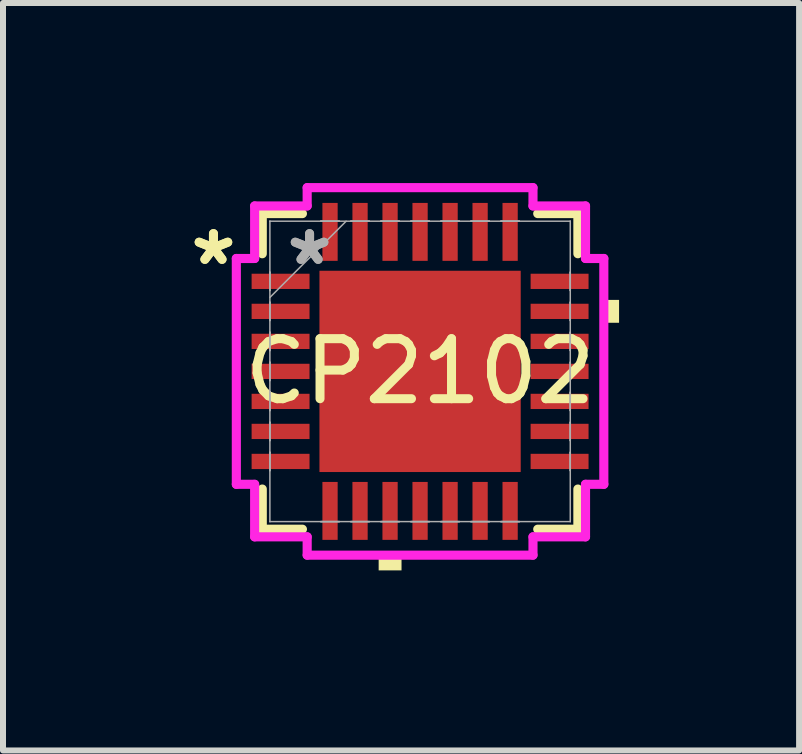
<source format=kicad_pcb>
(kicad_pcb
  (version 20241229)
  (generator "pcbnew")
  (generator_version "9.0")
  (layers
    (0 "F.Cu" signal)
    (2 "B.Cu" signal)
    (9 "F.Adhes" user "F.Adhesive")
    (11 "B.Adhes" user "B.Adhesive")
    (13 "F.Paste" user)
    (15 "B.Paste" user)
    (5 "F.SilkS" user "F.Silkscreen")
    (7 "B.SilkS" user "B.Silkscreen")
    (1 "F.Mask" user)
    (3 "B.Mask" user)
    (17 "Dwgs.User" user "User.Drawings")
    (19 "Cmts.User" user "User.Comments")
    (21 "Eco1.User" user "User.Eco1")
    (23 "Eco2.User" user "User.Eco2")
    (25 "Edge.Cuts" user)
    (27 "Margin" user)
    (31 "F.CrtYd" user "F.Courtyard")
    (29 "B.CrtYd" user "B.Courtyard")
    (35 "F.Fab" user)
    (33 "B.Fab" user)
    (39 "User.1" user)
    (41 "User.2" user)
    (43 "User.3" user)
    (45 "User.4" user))
  (footprint "CP2102"
    (layer "F.Cu")
    (at 3.948 3.137)
    (property "Reference" "CP2102" (at 0 0 0) (unlocked yes) (layer "F.SilkS") (effects (font (size 1 1) (thickness 0.15))))
    (attr smd)
    (fp_line (start -2.629 -2.629) (end -2.629 -1.96) (stroke (width 0.152) (type solid)) (layer "F.SilkS"))
    (fp_line (start -2.629 1.96) (end -2.629 2.629) (stroke (width 0.152) (type solid)) (layer "F.SilkS"))
    (fp_line (start -2.629 2.629) (end -1.96 2.629) (stroke (width 0.152) (type solid)) (layer "F.SilkS"))
    (fp_line (start -1.96 -2.629) (end -2.629 -2.629) (stroke (width 0.152) (type solid)) (layer "F.SilkS"))
    (fp_line (start 1.96 2.629) (end 2.629 2.629) (stroke (width 0.152) (type solid)) (layer "F.SilkS"))
    (fp_line (start 2.629 -2.629) (end 1.96 -2.629) (stroke (width 0.152) (type solid)) (layer "F.SilkS"))
    (fp_line (start 2.629 -1.96) (end 2.629 -2.629) (stroke (width 0.152) (type solid)) (layer "F.SilkS"))
    (fp_line (start 2.629 2.629) (end 2.629 1.96) (stroke (width 0.152) (type solid)) (layer "F.SilkS"))
    (fp_poly (pts (xy -0.69 3.061) (xy -0.69 3.315) (xy -0.309 3.315) (xy -0.309 3.061)) (stroke (width 0) (type solid)) (fill yes) (layer "F.SilkS"))
    (fp_poly (pts (xy 3.315 -1.191) (xy 3.315 -0.81) (xy 3.061 -0.81) (xy 3.061 -1.191)) (stroke (width 0) (type solid)) (fill yes) (layer "F.SilkS"))
    (fp_poly (pts (xy -1.576 -1.576) (xy -1.576 -0.1) (xy -0.1 -0.1) (xy -0.1 -1.576)) (stroke (width 0) (type solid)) (fill yes) (layer "F.Paste"))
    (fp_poly (pts (xy -1.576 0.1) (xy -1.576 1.576) (xy -0.1 1.576) (xy -0.1 0.1)) (stroke (width 0) (type solid)) (fill yes) (layer "F.Paste"))
    (fp_poly (pts (xy 0.1 -1.576) (xy 0.1 -0.1) (xy 1.576 -0.1) (xy 1.576 -1.576)) (stroke (width 0) (type solid)) (fill yes) (layer "F.Paste"))
    (fp_poly (pts (xy 0.1 0.1) (xy 0.1 1.576) (xy 1.576 1.576) (xy 1.576 0.1)) (stroke (width 0) (type solid)) (fill yes) (layer "F.Paste"))
    (fp_line (start -3.061 -1.881) (end -2.756 -1.881) (stroke (width 0.152) (type solid)) (layer "F.CrtYd"))
    (fp_line (start -3.061 1.881) (end -3.061 -1.881) (stroke (width 0.152) (type solid)) (layer "F.CrtYd"))
    (fp_line (start -2.756 -2.756) (end -1.881 -2.756) (stroke (width 0.152) (type solid)) (layer "F.CrtYd"))
    (fp_line (start -2.756 -1.881) (end -2.756 -2.756) (stroke (width 0.152) (type solid)) (layer "F.CrtYd"))
    (fp_line (start -2.756 1.881) (end -3.061 1.881) (stroke (width 0.152) (type solid)) (layer "F.CrtYd"))
    (fp_line (start -2.756 2.756) (end -2.756 1.881) (stroke (width 0.152) (type solid)) (layer "F.CrtYd"))
    (fp_line (start -1.881 -3.061) (end 1.881 -3.061) (stroke (width 0.152) (type solid)) (layer "F.CrtYd"))
    (fp_line (start -1.881 -2.756) (end -1.881 -3.061) (stroke (width 0.152) (type solid)) (layer "F.CrtYd"))
    (fp_line (start -1.881 2.756) (end -2.756 2.756) (stroke (width 0.152) (type solid)) (layer "F.CrtYd"))
    (fp_line (start -1.881 3.061) (end -1.881 2.756) (stroke (width 0.152) (type solid)) (layer "F.CrtYd"))
    (fp_line (start 1.881 -3.061) (end 1.881 -2.756) (stroke (width 0.152) (type solid)) (layer "F.CrtYd"))
    (fp_line (start 1.881 -2.756) (end 2.756 -2.756) (stroke (width 0.152) (type solid)) (layer "F.CrtYd"))
    (fp_line (start 1.881 2.756) (end 1.881 3.061) (stroke (width 0.152) (type solid)) (layer "F.CrtYd"))
    (fp_line (start 1.881 3.061) (end -1.881 3.061) (stroke (width 0.152) (type solid)) (layer "F.CrtYd"))
    (fp_line (start 2.756 -2.756) (end 2.756 -1.881) (stroke (width 0.152) (type solid)) (layer "F.CrtYd"))
    (fp_line (start 2.756 -1.881) (end 3.061 -1.881) (stroke (width 0.152) (type solid)) (layer "F.CrtYd"))
    (fp_line (start 2.756 1.881) (end 2.756 2.756) (stroke (width 0.152) (type solid)) (layer "F.CrtYd"))
    (fp_line (start 2.756 2.756) (end 1.881 2.756) (stroke (width 0.152) (type solid)) (layer "F.CrtYd"))
    (fp_line (start 3.061 -1.881) (end 3.061 1.881) (stroke (width 0.152) (type solid)) (layer "F.CrtYd"))
    (fp_line (start 3.061 1.881) (end 2.756 1.881) (stroke (width 0.152) (type solid)) (layer "F.CrtYd"))
    (fp_line (start -2.502 -2.502) (end -2.502 -2.502) (stroke (width 0.025) (type solid)) (layer "F.Fab"))
    (fp_line (start -2.502 -2.502) (end -2.502 2.502) (stroke (width 0.025) (type solid)) (layer "F.Fab"))
    (fp_line (start -2.502 -1.652) (end -2.502 -1.652) (stroke (width 0.025) (type solid)) (layer "F.Fab"))
    (fp_line (start -2.502 -1.652) (end -2.502 -1.348) (stroke (width 0.025) (type solid)) (layer "F.Fab"))
    (fp_line (start -2.502 -1.348) (end -2.502 -1.652) (stroke (width 0.025) (type solid)) (layer "F.Fab"))
    (fp_line (start -2.502 -1.348) (end -2.502 -1.348) (stroke (width 0.025) (type solid)) (layer "F.Fab"))
    (fp_line (start -2.502 -1.232) (end -1.232 -2.502) (stroke (width 0.025) (type solid)) (layer "F.Fab"))
    (fp_line (start -2.502 -1.152) (end -2.502 -1.152) (stroke (width 0.025) (type solid)) (layer "F.Fab"))
    (fp_line (start -2.502 -1.152) (end -2.502 -0.848) (stroke (width 0.025) (type solid)) (layer "F.Fab"))
    (fp_line (start -2.502 -0.848) (end -2.502 -1.152) (stroke (width 0.025) (type solid)) (layer "F.Fab"))
    (fp_line (start -2.502 -0.848) (end -2.502 -0.848) (stroke (width 0.025) (type solid)) (layer "F.Fab"))
    (fp_line (start -2.502 -0.652) (end -2.502 -0.652) (stroke (width 0.025) (type solid)) (layer "F.Fab"))
    (fp_line (start -2.502 -0.652) (end -2.502 -0.348) (stroke (width 0.025) (type solid)) (layer "F.Fab"))
    (fp_line (start -2.502 -0.348) (end -2.502 -0.652) (stroke (width 0.025) (type solid)) (layer "F.Fab"))
    (fp_line (start -2.502 -0.348) (end -2.502 -0.348) (stroke (width 0.025) (type solid)) (layer "F.Fab"))
    (fp_line (start -2.502 -0.152) (end -2.502 -0.152) (stroke (width 0.025) (type solid)) (layer "F.Fab"))
    (fp_line (start -2.502 -0.152) (end -2.502 0.152) (stroke (width 0.025) (type solid)) (layer "F.Fab"))
    (fp_line (start -2.502 0.152) (end -2.502 -0.152) (stroke (width 0.025) (type solid)) (layer "F.Fab"))
    (fp_line (start -2.502 0.152) (end -2.502 0.152) (stroke (width 0.025) (type solid)) (layer "F.Fab"))
    (fp_line (start -2.502 0.348) (end -2.502 0.348) (stroke (width 0.025) (type solid)) (layer "F.Fab"))
    (fp_line (start -2.502 0.348) (end -2.502 0.652) (stroke (width 0.025) (type solid)) (layer "F.Fab"))
    (fp_line (start -2.502 0.652) (end -2.502 0.348) (stroke (width 0.025) (type solid)) (layer "F.Fab"))
    (fp_line (start -2.502 0.652) (end -2.502 0.652) (stroke (width 0.025) (type solid)) (layer "F.Fab"))
    (fp_line (start -2.502 0.848) (end -2.502 0.848) (stroke (width 0.025) (type solid)) (layer "F.Fab"))
    (fp_line (start -2.502 0.848) (end -2.502 1.152) (stroke (width 0.025) (type solid)) (layer "F.Fab"))
    (fp_line (start -2.502 1.152) (end -2.502 0.848) (stroke (width 0.025) (type solid)) (layer "F.Fab"))
    (fp_line (start -2.502 1.152) (end -2.502 1.152) (stroke (width 0.025) (type solid)) (layer "F.Fab"))
    (fp_line (start -2.502 1.348) (end -2.502 1.348) (stroke (width 0.025) (type solid)) (layer "F.Fab"))
    (fp_line (start -2.502 1.348) (end -2.502 1.652) (stroke (width 0.025) (type solid)) (layer "F.Fab"))
    (fp_line (start -2.502 1.652) (end -2.502 1.348) (stroke (width 0.025) (type solid)) (layer "F.Fab"))
    (fp_line (start -2.502 1.652) (end -2.502 1.652) (stroke (width 0.025) (type solid)) (layer "F.Fab"))
    (fp_line (start -2.502 2.502) (end -2.502 2.502) (stroke (width 0.025) (type solid)) (layer "F.Fab"))
    (fp_line (start -2.502 2.502) (end 2.502 2.502) (stroke (width 0.025) (type solid)) (layer "F.Fab"))
    (fp_line (start -1.652 -2.502) (end -1.652 -2.502) (stroke (width 0.025) (type solid)) (layer "F.Fab"))
    (fp_line (start -1.652 -2.502) (end -1.348 -2.502) (stroke (width 0.025) (type solid)) (layer "F.Fab"))
    (fp_line (start -1.652 2.502) (end -1.652 2.502) (stroke (width 0.025) (type solid)) (layer "F.Fab"))
    (fp_line (start -1.652 2.502) (end -1.348 2.502) (stroke (width 0.025) (type solid)) (layer "F.Fab"))
    (fp_line (start -1.348 -2.502) (end -1.652 -2.502) (stroke (width 0.025) (type solid)) (layer "F.Fab"))
    (fp_line (start -1.348 -2.502) (end -1.348 -2.502) (stroke (width 0.025) (type solid)) (layer "F.Fab"))
    (fp_line (start -1.348 2.502) (end -1.652 2.502) (stroke (width 0.025) (type solid)) (layer "F.Fab"))
    (fp_line (start -1.348 2.502) (end -1.348 2.502) (stroke (width 0.025) (type solid)) (layer "F.Fab"))
    (fp_line (start -1.152 -2.502) (end -1.152 -2.502) (stroke (width 0.025) (type solid)) (layer "F.Fab"))
    (fp_line (start -1.152 -2.502) (end -0.848 -2.502) (stroke (width 0.025) (type solid)) (layer "F.Fab"))
    (fp_line (start -1.152 2.502) (end -1.152 2.502) (stroke (width 0.025) (type solid)) (layer "F.Fab"))
    (fp_line (start -1.152 2.502) (end -0.848 2.502) (stroke (width 0.025) (type solid)) (layer "F.Fab"))
    (fp_line (start -0.848 -2.502) (end -1.152 -2.502) (stroke (width 0.025) (type solid)) (layer "F.Fab"))
    (fp_line (start -0.848 -2.502) (end -0.848 -2.502) (stroke (width 0.025) (type solid)) (layer "F.Fab"))
    (fp_line (start -0.848 2.502) (end -1.152 2.502) (stroke (width 0.025) (type solid)) (layer "F.Fab"))
    (fp_line (start -0.848 2.502) (end -0.848 2.502) (stroke (width 0.025) (type solid)) (layer "F.Fab"))
    (fp_line (start -0.652 -2.502) (end -0.652 -2.502) (stroke (width 0.025) (type solid)) (layer "F.Fab"))
    (fp_line (start -0.652 -2.502) (end -0.348 -2.502) (stroke (width 0.025) (type solid)) (layer "F.Fab"))
    (fp_line (start -0.652 2.502) (end -0.652 2.502) (stroke (width 0.025) (type solid)) (layer "F.Fab"))
    (fp_line (start -0.652 2.502) (end -0.348 2.502) (stroke (width 0.025) (type solid)) (layer "F.Fab"))
    (fp_line (start -0.348 -2.502) (end -0.652 -2.502) (stroke (width 0.025) (type solid)) (layer "F.Fab"))
    (fp_line (start -0.348 -2.502) (end -0.348 -2.502) (stroke (width 0.025) (type solid)) (layer "F.Fab"))
    (fp_line (start -0.348 2.502) (end -0.652 2.502) (stroke (width 0.025) (type solid)) (layer "F.Fab"))
    (fp_line (start -0.348 2.502) (end -0.348 2.502) (stroke (width 0.025) (type solid)) (layer "F.Fab"))
    (fp_line (start -0.152 -2.502) (end -0.152 -2.502) (stroke (width 0.025) (type solid)) (layer "F.Fab"))
    (fp_line (start -0.152 -2.502) (end 0.152 -2.502) (stroke (width 0.025) (type solid)) (layer "F.Fab"))
    (fp_line (start -0.152 2.502) (end -0.152 2.502) (stroke (width 0.025) (type solid)) (layer "F.Fab"))
    (fp_line (start -0.152 2.502) (end 0.152 2.502) (stroke (width 0.025) (type solid)) (layer "F.Fab"))
    (fp_line (start 0.152 -2.502) (end -0.152 -2.502) (stroke (width 0.025) (type solid)) (layer "F.Fab"))
    (fp_line (start 0.152 -2.502) (end 0.152 -2.502) (stroke (width 0.025) (type solid)) (layer "F.Fab"))
    (fp_line (start 0.152 2.502) (end -0.152 2.502) (stroke (width 0.025) (type solid)) (layer "F.Fab"))
    (fp_line (start 0.152 2.502) (end 0.152 2.502) (stroke (width 0.025) (type solid)) (layer "F.Fab"))
    (fp_line (start 0.348 -2.502) (end 0.348 -2.502) (stroke (width 0.025) (type solid)) (layer "F.Fab"))
    (fp_line (start 0.348 -2.502) (end 0.652 -2.502) (stroke (width 0.025) (type solid)) (layer "F.Fab"))
    (fp_line (start 0.348 2.502) (end 0.348 2.502) (stroke (width 0.025) (type solid)) (layer "F.Fab"))
    (fp_line (start 0.348 2.502) (end 0.652 2.502) (stroke (width 0.025) (type solid)) (layer "F.Fab"))
    (fp_line (start 0.652 -2.502) (end 0.348 -2.502) (stroke (width 0.025) (type solid)) (layer "F.Fab"))
    (fp_line (start 0.652 -2.502) (end 0.652 -2.502) (stroke (width 0.025) (type solid)) (layer "F.Fab"))
    (fp_line (start 0.652 2.502) (end 0.348 2.502) (stroke (width 0.025) (type solid)) (layer "F.Fab"))
    (fp_line (start 0.652 2.502) (end 0.652 2.502) (stroke (width 0.025) (type solid)) (layer "F.Fab"))
    (fp_line (start 0.848 -2.502) (end 0.848 -2.502) (stroke (width 0.025) (type solid)) (layer "F.Fab"))
    (fp_line (start 0.848 -2.502) (end 1.152 -2.502) (stroke (width 0.025) (type solid)) (layer "F.Fab"))
    (fp_line (start 0.848 2.502) (end 0.848 2.502) (stroke (width 0.025) (type solid)) (layer "F.Fab"))
    (fp_line (start 0.848 2.502) (end 1.152 2.502) (stroke (width 0.025) (type solid)) (layer "F.Fab"))
    (fp_line (start 1.152 -2.502) (end 0.848 -2.502) (stroke (width 0.025) (type solid)) (layer "F.Fab"))
    (fp_line (start 1.152 -2.502) (end 1.152 -2.502) (stroke (width 0.025) (type solid)) (layer "F.Fab"))
    (fp_line (start 1.152 2.502) (end 0.848 2.502) (stroke (width 0.025) (type solid)) (layer "F.Fab"))
    (fp_line (start 1.152 2.502) (end 1.152 2.502) (stroke (width 0.025) (type solid)) (layer "F.Fab"))
    (fp_line (start 1.348 -2.502) (end 1.348 -2.502) (stroke (width 0.025) (type solid)) (layer "F.Fab"))
    (fp_line (start 1.348 -2.502) (end 1.652 -2.502) (stroke (width 0.025) (type solid)) (layer "F.Fab"))
    (fp_line (start 1.348 2.502) (end 1.348 2.502) (stroke (width 0.025) (type solid)) (layer "F.Fab"))
    (fp_line (start 1.348 2.502) (end 1.652 2.502) (stroke (width 0.025) (type solid)) (layer "F.Fab"))
    (fp_line (start 1.652 -2.502) (end 1.348 -2.502) (stroke (width 0.025) (type solid)) (layer "F.Fab"))
    (fp_line (start 1.652 -2.502) (end 1.652 -2.502) (stroke (width 0.025) (type solid)) (layer "F.Fab"))
    (fp_line (start 1.652 2.502) (end 1.348 2.502) (stroke (width 0.025) (type solid)) (layer "F.Fab"))
    (fp_line (start 1.652 2.502) (end 1.652 2.502) (stroke (width 0.025) (type solid)) (layer "F.Fab"))
    (fp_line (start 2.502 -2.502) (end -2.502 -2.502) (stroke (width 0.025) (type solid)) (layer "F.Fab"))
    (fp_line (start 2.502 -2.502) (end 2.502 -2.502) (stroke (width 0.025) (type solid)) (layer "F.Fab"))
    (fp_line (start 2.502 -1.652) (end 2.502 -1.652) (stroke (width 0.025) (type solid)) (layer "F.Fab"))
    (fp_line (start 2.502 -1.652) (end 2.502 -1.348) (stroke (width 0.025) (type solid)) (layer "F.Fab"))
    (fp_line (start 2.502 -1.348) (end 2.502 -1.652) (stroke (width 0.025) (type solid)) (layer "F.Fab"))
    (fp_line (start 2.502 -1.348) (end 2.502 -1.348) (stroke (width 0.025) (type solid)) (layer "F.Fab"))
    (fp_line (start 2.502 -1.152) (end 2.502 -1.152) (stroke (width 0.025) (type solid)) (layer "F.Fab"))
    (fp_line (start 2.502 -1.152) (end 2.502 -0.848) (stroke (width 0.025) (type solid)) (layer "F.Fab"))
    (fp_line (start 2.502 -0.848) (end 2.502 -1.152) (stroke (width 0.025) (type solid)) (layer "F.Fab"))
    (fp_line (start 2.502 -0.848) (end 2.502 -0.848) (stroke (width 0.025) (type solid)) (layer "F.Fab"))
    (fp_line (start 2.502 -0.652) (end 2.502 -0.652) (stroke (width 0.025) (type solid)) (layer "F.Fab"))
    (fp_line (start 2.502 -0.652) (end 2.502 -0.348) (stroke (width 0.025) (type solid)) (layer "F.Fab"))
    (fp_line (start 2.502 -0.348) (end 2.502 -0.652) (stroke (width 0.025) (type solid)) (layer "F.Fab"))
    (fp_line (start 2.502 -0.348) (end 2.502 -0.348) (stroke (width 0.025) (type solid)) (layer "F.Fab"))
    (fp_line (start 2.502 -0.152) (end 2.502 -0.152) (stroke (width 0.025) (type solid)) (layer "F.Fab"))
    (fp_line (start 2.502 -0.152) (end 2.502 0.152) (stroke (width 0.025) (type solid)) (layer "F.Fab"))
    (fp_line (start 2.502 0.152) (end 2.502 -0.152) (stroke (width 0.025) (type solid)) (layer "F.Fab"))
    (fp_line (start 2.502 0.152) (end 2.502 0.152) (stroke (width 0.025) (type solid)) (layer "F.Fab"))
    (fp_line (start 2.502 0.348) (end 2.502 0.348) (stroke (width 0.025) (type solid)) (layer "F.Fab"))
    (fp_line (start 2.502 0.348) (end 2.502 0.652) (stroke (width 0.025) (type solid)) (layer "F.Fab"))
    (fp_line (start 2.502 0.652) (end 2.502 0.348) (stroke (width 0.025) (type solid)) (layer "F.Fab"))
    (fp_line (start 2.502 0.652) (end 2.502 0.652) (stroke (width 0.025) (type solid)) (layer "F.Fab"))
    (fp_line (start 2.502 0.848) (end 2.502 0.848) (stroke (width 0.025) (type solid)) (layer "F.Fab"))
    (fp_line (start 2.502 0.848) (end 2.502 1.152) (stroke (width 0.025) (type solid)) (layer "F.Fab"))
    (fp_line (start 2.502 1.152) (end 2.502 0.848) (stroke (width 0.025) (type solid)) (layer "F.Fab"))
    (fp_line (start 2.502 1.152) (end 2.502 1.152) (stroke (width 0.025) (type solid)) (layer "F.Fab"))
    (fp_line (start 2.502 1.348) (end 2.502 1.348) (stroke (width 0.025) (type solid)) (layer "F.Fab"))
    (fp_line (start 2.502 1.348) (end 2.502 1.652) (stroke (width 0.025) (type solid)) (layer "F.Fab"))
    (fp_line (start 2.502 1.652) (end 2.502 1.348) (stroke (width 0.025) (type solid)) (layer "F.Fab"))
    (fp_line (start 2.502 1.652) (end 2.502 1.652) (stroke (width 0.025) (type solid)) (layer "F.Fab"))
    (fp_line (start 2.502 2.502) (end 2.502 -2.502) (stroke (width 0.025) (type solid)) (layer "F.Fab"))
    (fp_line (start 2.502 2.502) (end 2.502 2.502) (stroke (width 0.025) (type solid)) (layer "F.Fab"))
    (fp_text user "*" (at -3.442 -1.75 0) (layer "F.SilkS") (effects (font (size 1 1) (thickness 0.15))))
    (fp_text user "*" (at -3.442 -1.75 0) (unlocked yes) (layer "F.SilkS") (effects (font (size 1 1) (thickness 0.15))))
    (fp_text user "*" (at -1.841 -1.75 0) (unlocked yes) (layer "F.Fab") (effects (font (size 1 1) (thickness 0.15))))
    (fp_text user "*" (at -1.841 -1.75 0) (layer "F.Fab") (effects (font (size 1 1) (thickness 0.15))))
    (pad "1" smd rect (at -2.324 -1.5 90) (size 0.254 0.965) (layers "F.Cu" "F.Mask" "F.Paste"))
    (pad "2" smd rect (at -2.324 -1 90) (size 0.254 0.965) (layers "F.Cu" "F.Mask" "F.Paste"))
    (pad "3" smd rect (at -2.324 -0.5 90) (size 0.254 0.965) (layers "F.Cu" "F.Mask" "F.Paste"))
    (pad "4" smd rect (at -2.324 0 90) (size 0.254 0.965) (layers "F.Cu" "F.Mask" "F.Paste"))
    (pad "5" smd rect (at -2.324 0.5 90) (size 0.254 0.965) (layers "F.Cu" "F.Mask" "F.Paste"))
    (pad "6" smd rect (at -2.324 1 90) (size 0.254 0.965) (layers "F.Cu" "F.Mask" "F.Paste"))
    (pad "7" smd rect (at -2.324 1.5 90) (size 0.254 0.965) (layers "F.Cu" "F.Mask" "F.Paste"))
    (pad "8" smd rect (at -1.5 2.324) (size 0.254 0.965) (layers "F.Cu" "F.Mask" "F.Paste"))
    (pad "9" smd rect (at -1 2.324) (size 0.254 0.965) (layers "F.Cu" "F.Mask" "F.Paste"))
    (pad "10" smd rect (at -0.5 2.324) (size 0.254 0.965) (layers "F.Cu" "F.Mask" "F.Paste"))
    (pad "11" smd rect (at 0 2.324) (size 0.254 0.965) (layers "F.Cu" "F.Mask" "F.Paste"))
    (pad "12" smd rect (at 0.5 2.324) (size 0.254 0.965) (layers "F.Cu" "F.Mask" "F.Paste"))
    (pad "13" smd rect (at 1 2.324) (size 0.254 0.965) (layers "F.Cu" "F.Mask" "F.Paste"))
    (pad "14" smd rect (at 1.5 2.324) (size 0.254 0.965) (layers "F.Cu" "F.Mask" "F.Paste"))
    (pad "15" smd rect (at 2.324 1.5 90) (size 0.254 0.965) (layers "F.Cu" "F.Mask" "F.Paste"))
    (pad "16" smd rect (at 2.324 1 90) (size 0.254 0.965) (layers "F.Cu" "F.Mask" "F.Paste"))
    (pad "17" smd rect (at 2.324 0.5 90) (size 0.254 0.965) (layers "F.Cu" "F.Mask" "F.Paste"))
    (pad "18" smd rect (at 2.324 0 90) (size 0.254 0.965) (layers "F.Cu" "F.Mask" "F.Paste"))
    (pad "19" smd rect (at 2.324 -0.5 90) (size 0.254 0.965) (layers "F.Cu" "F.Mask" "F.Paste"))
    (pad "20" smd rect (at 2.324 -1 90) (size 0.254 0.965) (layers "F.Cu" "F.Mask" "F.Paste"))
    (pad "21" smd rect (at 2.324 -1.5 90) (size 0.254 0.965) (layers "F.Cu" "F.Mask" "F.Paste"))
    (pad "22" smd rect (at 1.5 -2.324) (size 0.254 0.965) (layers "F.Cu" "F.Mask" "F.Paste"))
    (pad "23" smd rect (at 1 -2.324) (size 0.254 0.965) (layers "F.Cu" "F.Mask" "F.Paste"))
    (pad "24" smd rect (at 0.5 -2.324) (size 0.254 0.965) (layers "F.Cu" "F.Mask" "F.Paste"))
    (pad "25" smd rect (at 0 -2.324) (size 0.254 0.965) (layers "F.Cu" "F.Mask" "F.Paste"))
    (pad "26" smd rect (at -0.5 -2.324) (size 0.254 0.965) (layers "F.Cu" "F.Mask" "F.Paste"))
    (pad "27" smd rect (at -1 -2.324) (size 0.254 0.965) (layers "F.Cu" "F.Mask" "F.Paste"))
    (pad "28" smd rect (at -1.5 -2.324) (size 0.254 0.965) (layers "F.Cu" "F.Mask" "F.Paste"))
    (pad "29" smd rect (at 0 0) (size 3.353 3.353) (layers "F.Cu" "F.Mask" "F.Paste")))
  (gr_rect
    (start -3 -3)
    (end 10.262 9.452)
    (stroke (width 0.1) (type default))
    (fill no)
    (layer "Edge.Cuts")))
</source>
